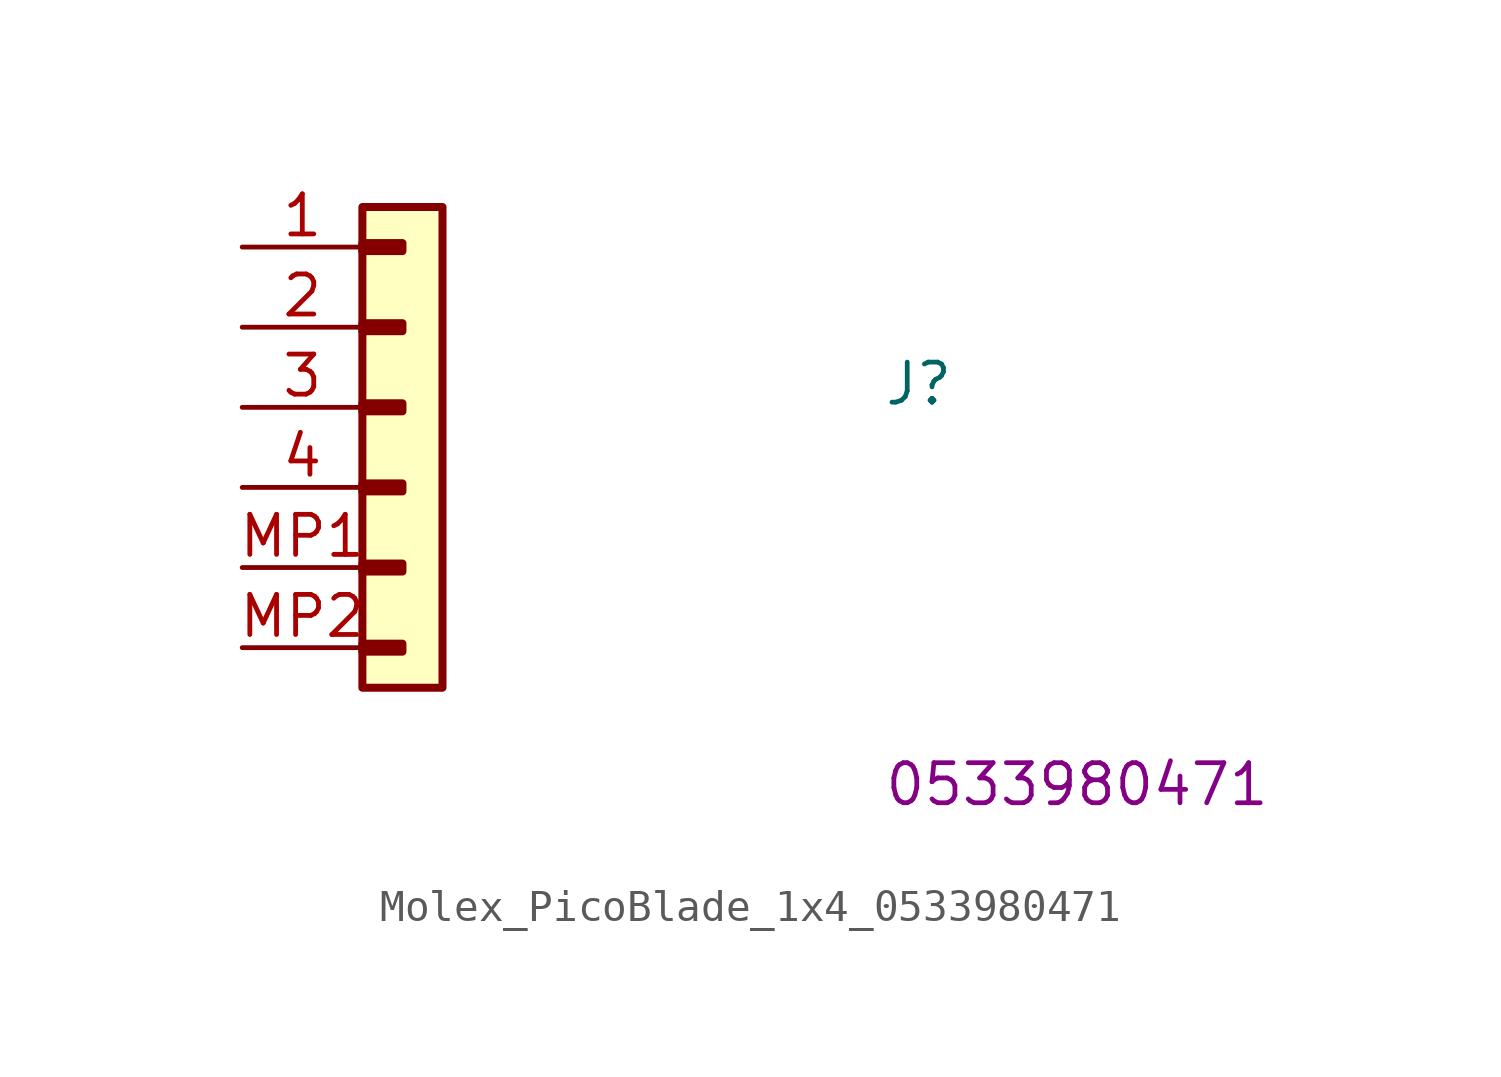
<source format=kicad_sym>
(kicad_symbol_lib
  (version 20220914)
  (generator kicad_symbol_editor)
  (symbol "Molex_PicoBlade_1x4_0533980471"
    (pin_names hide)
    (property "Reference" "J"
      (at 20.32 -5.08 0)
      (effects (font (size 1.27 1.27) (thickness 0.15)) (justify left bottom)))
    (property "MPN" "0533980471"
      (at 20.32 -17.78 0)
      (effects (font (size 1.27 1.27) (thickness 0.15)) (justify left bottom)))
    (symbol "Molex_PicoBlade_1x4_0533980471_1_1"
      (rectangle (start 3.81 -12.573) (end 5.08 -12.827) (stroke (width 0.254) (type default)) (fill (type background)))
      (rectangle (start 3.81 -10.033) (end 5.08 -10.287) (stroke (width 0.254) (type default)) (fill (type background)))
      (rectangle (start 3.81 -7.493) (end 5.08 -7.747) (stroke (width 0.254) (type default)) (fill (type background)))
      (rectangle (start 3.81 -4.953) (end 5.08 -5.207) (stroke (width 0.254) (type default)) (fill (type background)))
      (rectangle (start 3.81 -2.413) (end 5.08 -2.667) (stroke (width 0.254) (type default)) (fill (type background)))
      (rectangle (start 3.81 0.127) (end 5.08 -0.127) (stroke (width 0.254) (type default)) (fill (type background)))
      (rectangle (start 3.81 1.27) (end 6.35 -13.97) (stroke (width 0.254) (type default)) (fill (type background)))
      (pin passive line (at 0 0 0) (length 3.81) (name "1" (effects (font (size 1.27 1.27)))) (number "1" (effects (font (size 1.27 1.27)))))
      (pin passive line (at 0 -2.54 0) (length 3.81) (name "2" (effects (font (size 1.27 1.27)))) (number "2" (effects (font (size 1.27 1.27)))))
      (pin passive line (at 0 -5.08 0) (length 3.81) (name "3" (effects (font (size 1.27 1.27)))) (number "3" (effects (font (size 1.27 1.27)))))
      (pin passive line (at 0 -7.62 0) (length 3.81) (name "4" (effects (font (size 1.27 1.27)))) (number "4" (effects (font (size 1.27 1.27)))))
      (pin passive line (at 0 -10.16 0) (length 3.81) (name "MP1" (effects (font (size 1.27 1.27)))) (number "MP1" (effects (font (size 1.27 1.27)))))
      (pin passive line (at 0 -12.7 0) (length 3.81) (name "MP2" (effects (font (size 1.27 1.27)))) (number "MP2" (effects (font (size 1.27 1.27))))))))
</source>
